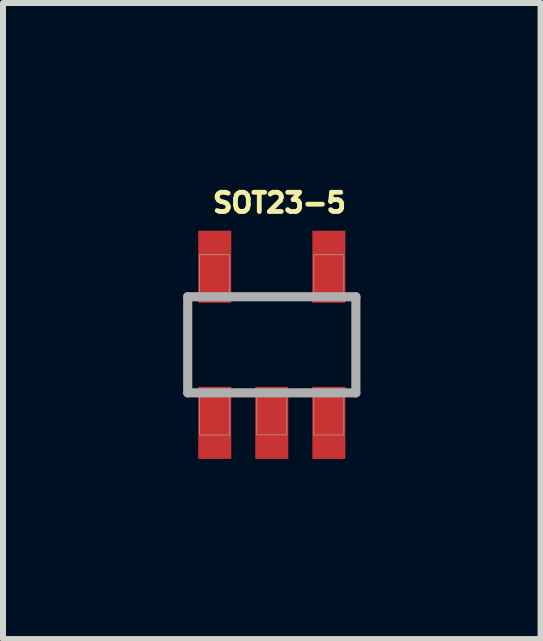
<source format=kicad_pcb>
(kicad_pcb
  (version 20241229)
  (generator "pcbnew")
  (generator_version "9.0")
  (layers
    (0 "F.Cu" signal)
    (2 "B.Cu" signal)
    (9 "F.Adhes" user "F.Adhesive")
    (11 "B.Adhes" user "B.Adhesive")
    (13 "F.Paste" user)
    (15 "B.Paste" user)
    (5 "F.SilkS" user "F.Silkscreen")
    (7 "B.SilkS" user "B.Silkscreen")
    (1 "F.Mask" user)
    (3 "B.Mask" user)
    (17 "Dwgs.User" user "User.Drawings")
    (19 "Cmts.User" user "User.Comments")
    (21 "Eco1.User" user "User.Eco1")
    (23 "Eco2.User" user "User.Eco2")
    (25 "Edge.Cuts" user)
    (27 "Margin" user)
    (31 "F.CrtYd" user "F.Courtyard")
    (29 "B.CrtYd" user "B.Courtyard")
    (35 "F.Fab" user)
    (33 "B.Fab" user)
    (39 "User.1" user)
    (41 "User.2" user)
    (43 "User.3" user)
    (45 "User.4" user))
  (footprint "SOT23-5"
    (layer "F.Cu")
    (at 1.476 2.692)
    (property "Reference" "SOT23-5" (at 0.127 -2.364 0) (layer "F.SilkS") (effects (font (size 0.32 0.32) (thickness 0.15))))
    (attr through_hole)
    (fp_line (start -1.4 -0.8) (end -1.4 0.8) (stroke (width 0.152) (type solid)) (layer "F.Fab"))
    (fp_line (start -1.4 -0.8) (end 1.4 -0.8) (stroke (width 0.152) (type solid)) (layer "F.Fab"))
    (fp_line (start 1.4 -0.8) (end 1.4 0.8) (stroke (width 0.152) (type solid)) (layer "F.Fab"))
    (fp_line (start 1.4 0.8) (end -1.4 0.8) (stroke (width 0.152) (type solid)) (layer "F.Fab"))
    (fp_poly (pts (xy -1.201 0.85) (xy -0.7 0.85) (xy -0.7 1.502) (xy -1.201 1.502)) (stroke (width 0.01) (type solid)) (fill no) (layer "F.Fab"))
    (fp_poly (pts (xy -1.201 -1.5) (xy -0.7 -1.5) (xy -0.7 -0.85) (xy -1.201 -0.85)) (stroke (width 0.01) (type solid)) (fill no) (layer "F.Fab"))
    (fp_poly (pts (xy -0.25 0.85) (xy 0.25 0.85) (xy 0.25 1.5) (xy -0.25 1.5)) (stroke (width 0.01) (type solid)) (fill no) (layer "F.Fab"))
    (fp_poly (pts (xy 0.7 0.85) (xy 1.2 0.85) (xy 1.2 1.501) (xy 0.7 1.501)) (stroke (width 0.01) (type solid)) (fill no) (layer "F.Fab"))
    (fp_poly (pts (xy 0.7 -1.5) (xy 1.2 -1.5) (xy 1.2 -0.851) (xy 0.7 -0.851)) (stroke (width 0.01) (type solid)) (fill no) (layer "F.Fab"))
    (pad "1" smd rect (at -0.95 1.3) (size 0.55 1.2) (layers "F.Cu" "F.Mask" "F.Paste"))
    (pad "2" smd rect (at 0 1.3) (size 0.55 1.2) (layers "F.Cu" "F.Mask" "F.Paste"))
    (pad "3" smd rect (at 0.95 1.3) (size 0.55 1.2) (layers "F.Cu" "F.Mask" "F.Paste"))
    (pad "4" smd rect (at 0.95 -1.3) (size 0.55 1.2) (layers "F.Cu" "F.Mask" "F.Paste"))
    (pad "5" smd rect (at -0.95 -1.3) (size 0.55 1.2) (layers "F.Cu" "F.Mask" "F.Paste")))
  (gr_rect
    (start -3 -3)
    (end 5.952 7.592)
    (stroke (width 0.1) (type default))
    (fill no)
    (layer "Edge.Cuts")))
</source>
